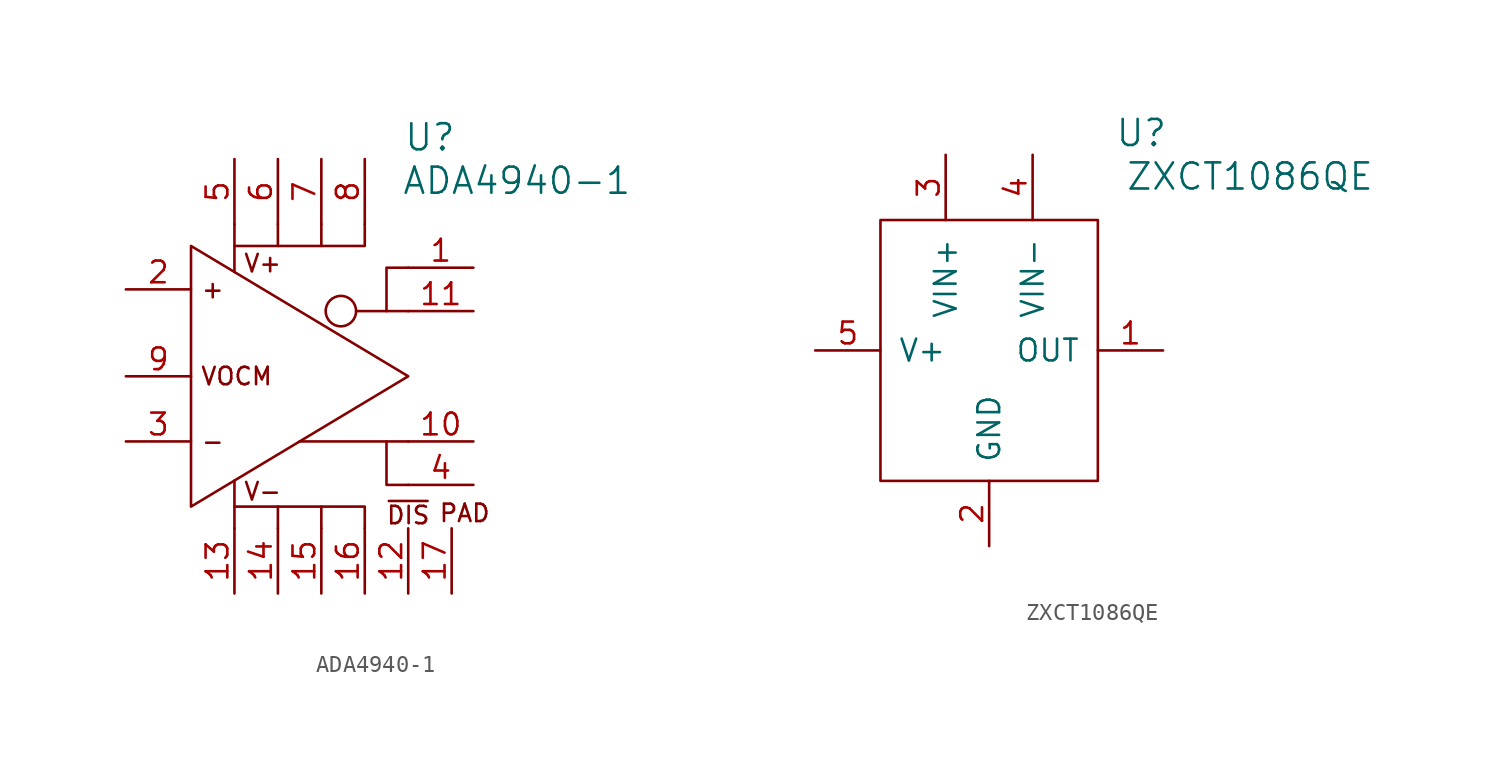
<source format=kicad_sym>
(kicad_symbol_lib
  (version 20211014)
  (generator kicad_symbol_editor)
  (symbol "ADA4940-1"
    (pin_names
      (offset 1.016) hide)
    (property "Reference" "U"
      (at 8.89 13.97 0)
      (effects (font (size 1.524 1.524))))
    (property "Value" "ADA4940-1"
      (at 13.97 11.43 0)
      (effects (font (size 1.524 1.524))))
    (symbol "ADA4940-1_0_0"
      (polyline (pts (xy -2.54 -7.62) (xy -2.54 -6.096)) (stroke (width 0) (type default) (color 0 0 0 0)) (fill (type none)))
      (polyline (pts (xy -2.54 8.89) (xy -2.54 6.096)) (stroke (width 0) (type default) (color 0 0 0 0)) (fill (type none)))
      (polyline (pts (xy 2.54 -8.89) (xy 2.54 -7.62)) (stroke (width 0) (type default) (color 0 0 0 0)) (fill (type none)))
      (polyline (pts (xy 2.54 7.62) (xy 2.54 8.89)) (stroke (width 0) (type default) (color 0 0 0 0)) (fill (type none)))
      (polyline (pts (xy 7.62 -3.81) (xy 1.27 -3.81)) (stroke (width 0) (type default) (color 0 0 0 0)) (fill (type none)))
      (polyline (pts (xy 0 8.89) (xy 0 7.62) (xy -2.54 7.62)) (stroke (width 0) (type default) (color 0 0 0 0)) (fill (type none)))
      (polyline (pts (xy 5.08 -8.89) (xy 5.08 -7.62) (xy 0 -7.62)) (stroke (width 0) (type default) (color 0 0 0 0)) (fill (type none)))
      (polyline (pts (xy 5.08 8.89) (xy 5.08 7.62) (xy 0 7.62)) (stroke (width 0) (type default) (color 0 0 0 0)) (fill (type none)))
      (polyline (pts (xy 7.62 -6.35) (xy 6.35 -6.35) (xy 6.35 -3.81)) (stroke (width 0) (type default) (color 0 0 0 0)) (fill (type none)))
      (polyline (pts (xy 7.62 3.81) (xy 4.572 3.81) (xy 4.699 3.81)) (stroke (width 0) (type default) (color 0 0 0 0)) (fill (type none)))
      (polyline (pts (xy 7.62 6.35) (xy 6.35 6.35) (xy 6.35 3.81)) (stroke (width 0) (type default) (color 0 0 0 0)) (fill (type none)))
      (polyline (pts (xy 0 -8.89) (xy 0 -7.62) (xy -2.54 -7.62) (xy -2.54 -8.89)) (stroke (width 0) (type default) (color 0 0 0 0)) (fill (type none)))
      (circle (center 3.683 3.81) (radius 0.889) (stroke (width 0) (type default) (color 0 0 0 0)) (fill (type none)))
      (text "+" (at -3.81 5.08 0) (effects (font (size 1.016 1.016))))
      (text "-" (at -3.81 -3.81 0) (effects (font (size 1.016 1.016))))
      (text "PAD" (at 10.922 -8.001 0) (effects (font (size 1.016 1.016))))
      (text "V+" (at -0.889 6.604 0) (effects (font (size 1.016 1.016))))
      (text "V-" (at -0.889 -6.731 0) (effects (font (size 1.016 1.016))))
      (text "VOCM" (at -2.413 0 0) (effects (font (size 1.016 1.016))))
      (text "~{DIS}" (at 7.62 -8.128 0) (effects (font (size 1.016 1.016)))))
    (symbol "ADA4940-1_0_1"
      (polyline (pts (xy -5.08 7.62) (xy -5.08 -7.62) (xy 7.62 0) (xy -5.08 7.62)) (stroke (width 0) (type default) (color 0 0 0 0)) (fill (type none))))
    (symbol "ADA4940-1_1_1"
      (pin input line (at 11.43 6.35 180) (length 3.81) (name "-FV1" (effects (font (size 1.27 1.27)))) (number "1" (effects (font (size 1.27 1.27)))))
      (pin input line (at 11.43 -3.81 180) (length 3.81) (name "+OUT1" (effects (font (size 1.27 1.27)))) (number "10" (effects (font (size 1.27 1.27)))))
      (pin input line (at 11.43 3.81 180) (length 3.81) (name "-OUT1" (effects (font (size 1.27 1.27)))) (number "11" (effects (font (size 1.27 1.27)))))
      (pin input line (at 7.62 -12.7 90) (length 3.81) (name "~{DIS1}" (effects (font (size 1.27 1.27)))) (number "12" (effects (font (size 1.27 1.27)))))
      (pin input line (at -2.54 -12.7 90) (length 3.81) (name "-VS1" (effects (font (size 1.27 1.27)))) (number "13" (effects (font (size 1.27 1.27)))))
      (pin input line (at 0 -12.7 90) (length 3.81) (name "-VS1" (effects (font (size 1.27 1.27)))) (number "14" (effects (font (size 1.27 1.27)))))
      (pin input line (at 2.54 -12.7 90) (length 3.81) (name "-VS1" (effects (font (size 1.27 1.27)))) (number "15" (effects (font (size 1.27 1.27)))))
      (pin input line (at 5.08 -12.7 90) (length 3.81) (name "-VS1" (effects (font (size 1.27 1.27)))) (number "16" (effects (font (size 1.27 1.27)))))
      (pin input line (at 10.16 -12.7 90) (length 3.81) (name "PAD" (effects (font (size 1.27 1.27)))) (number "17" (effects (font (size 1.27 1.27)))))
      (pin input line (at -8.89 5.08 0) (length 3.81) (name "+IN1" (effects (font (size 1.27 1.27)))) (number "2" (effects (font (size 1.27 1.27)))))
      (pin input line (at -8.89 -3.81 0) (length 3.81) (name "-IN1" (effects (font (size 1.27 1.27)))) (number "3" (effects (font (size 1.27 1.27)))))
      (pin input line (at 11.43 -6.35 180) (length 3.81) (name "+FB1" (effects (font (size 1.27 1.27)))) (number "4" (effects (font (size 1.27 1.27)))))
      (pin input line (at -2.54 12.7 270) (length 3.81) (name "+VS1" (effects (font (size 1.27 1.27)))) (number "5" (effects (font (size 1.27 1.27)))))
      (pin input line (at 0 12.7 270) (length 3.81) (name "+VS1" (effects (font (size 1.27 1.27)))) (number "6" (effects (font (size 1.27 1.27)))))
      (pin input line (at 2.54 12.7 270) (length 3.81) (name "+VS1" (effects (font (size 1.27 1.27)))) (number "7" (effects (font (size 1.27 1.27)))))
      (pin input line (at 5.08 12.7 270) (length 3.81) (name "+VS1" (effects (font (size 1.27 1.27)))) (number "8" (effects (font (size 1.27 1.27)))))
      (pin input line (at -8.89 0 0) (length 3.81) (name "VOCM1" (effects (font (size 1.27 1.27)))) (number "9" (effects (font (size 1.27 1.27)))))))
  (symbol "ZXCT1086QE"
    (pin_names
      (offset 1.016))
    (property "Reference" "U"
      (at 8.89 12.7 0)
      (effects (font (size 1.524 1.524))))
    (property "Value" "ZXCT1086QE"
      (at 15.24 10.16 0)
      (effects (font (size 1.524 1.524))))
    (symbol "ZXCT1086QE_0_1"
      (rectangle (start -6.35 7.62) (end 6.35 -7.62) (stroke (width 0) (type default) (color 0 0 0 0)) (fill (type none))))
    (symbol "ZXCT1086QE_1_1"
      (pin output line (at 10.16 0 180) (length 3.81) (name "OUT" (effects (font (size 1.27 1.27)))) (number "1" (effects (font (size 1.27 1.27)))))
      (pin output line (at 0 -11.43 90) (length 3.81) (name "GND" (effects (font (size 1.27 1.27)))) (number "2" (effects (font (size 1.27 1.27)))))
      (pin output line (at -2.54 11.43 270) (length 3.81) (name "VIN+" (effects (font (size 1.27 1.27)))) (number "3" (effects (font (size 1.27 1.27)))))
      (pin output line (at 2.54 11.43 270) (length 3.81) (name "VIN-" (effects (font (size 1.27 1.27)))) (number "4" (effects (font (size 1.27 1.27)))))
      (pin output line (at -10.16 0 0) (length 3.81) (name "V+" (effects (font (size 1.27 1.27)))) (number "5" (effects (font (size 1.27 1.27))))))))
</source>
